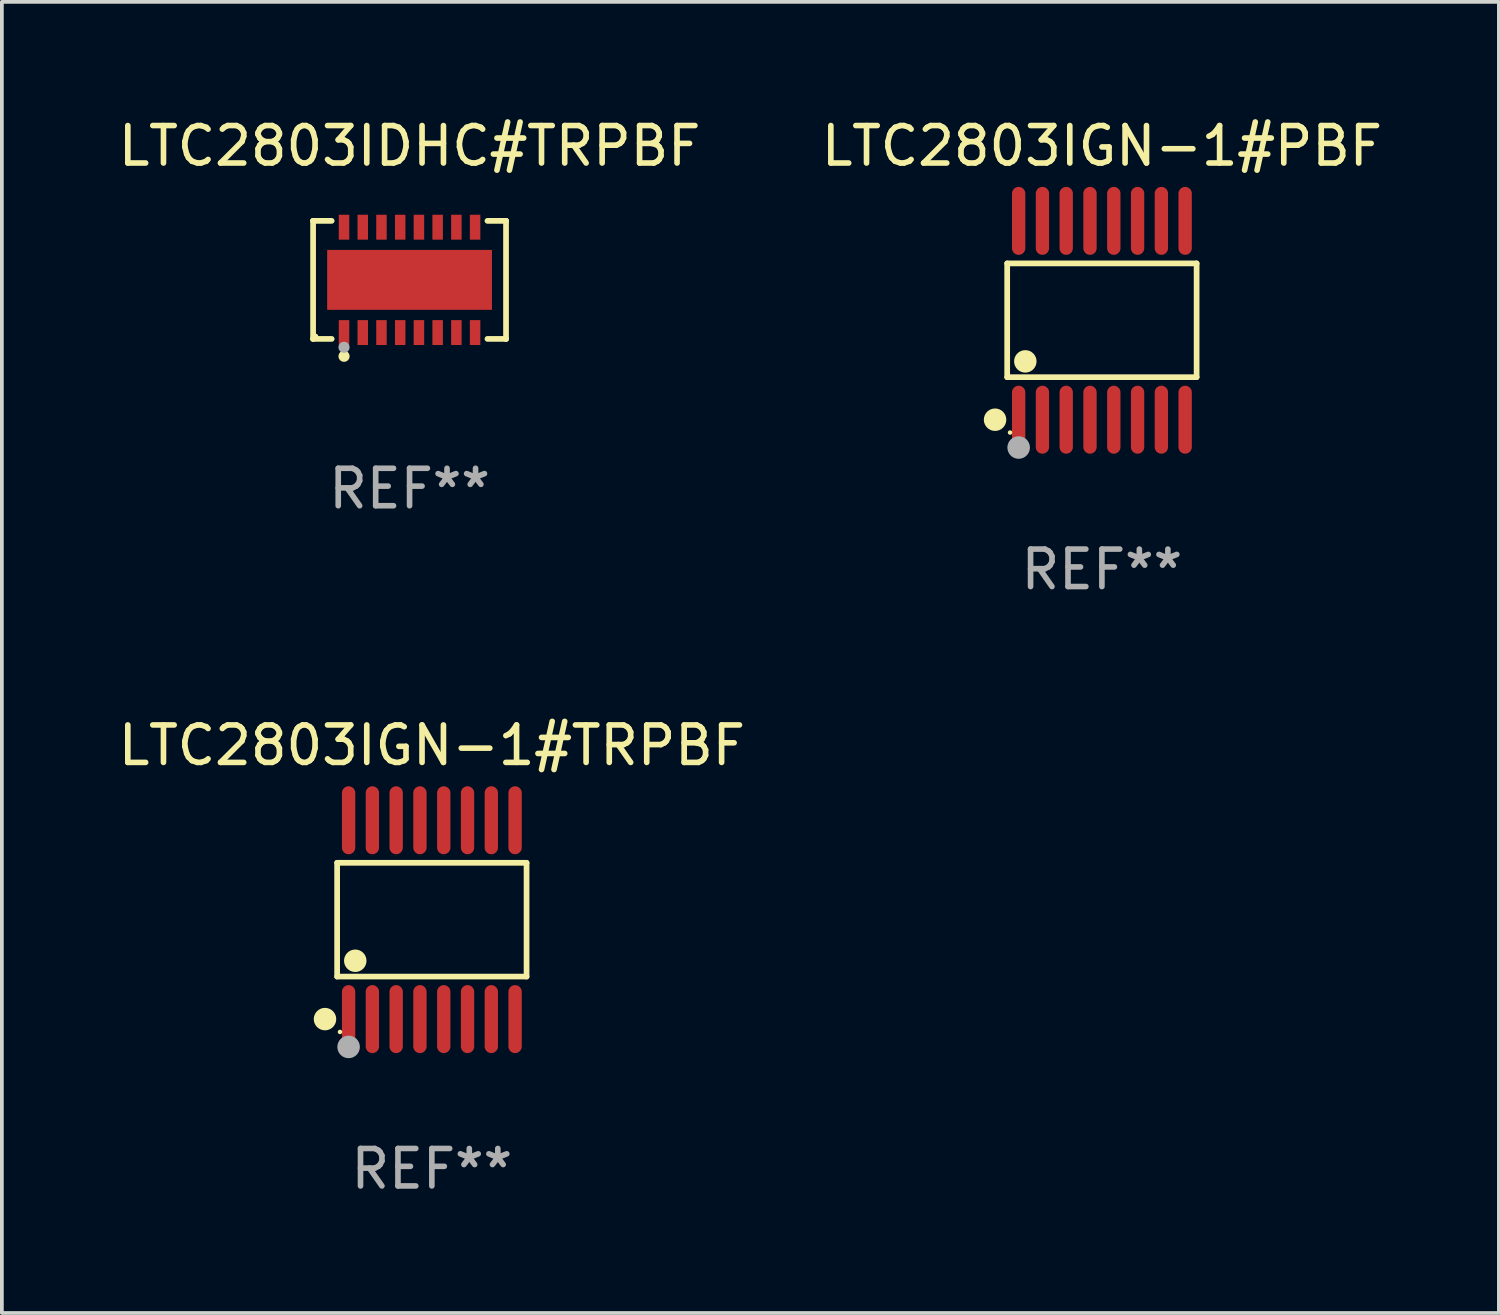
<source format=kicad_pcb>
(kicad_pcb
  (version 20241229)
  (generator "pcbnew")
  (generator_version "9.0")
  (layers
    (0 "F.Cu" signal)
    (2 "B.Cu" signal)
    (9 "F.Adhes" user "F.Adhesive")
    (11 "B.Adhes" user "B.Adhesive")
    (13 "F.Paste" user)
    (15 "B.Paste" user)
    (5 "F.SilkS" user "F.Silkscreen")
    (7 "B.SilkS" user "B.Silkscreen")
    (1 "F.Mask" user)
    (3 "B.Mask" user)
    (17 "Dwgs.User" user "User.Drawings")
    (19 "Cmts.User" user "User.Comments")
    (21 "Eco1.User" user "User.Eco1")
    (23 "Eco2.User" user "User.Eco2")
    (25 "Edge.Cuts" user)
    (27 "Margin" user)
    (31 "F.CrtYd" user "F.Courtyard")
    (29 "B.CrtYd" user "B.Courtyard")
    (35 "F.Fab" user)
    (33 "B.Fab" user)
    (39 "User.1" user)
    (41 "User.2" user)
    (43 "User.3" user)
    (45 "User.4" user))
  (footprint "LTC2803IGN-1#TRPBF"
    (layer "F.Cu")
    (at 8.482 21.509)
    (property "Reference" "LTC2803IGN-1#TRPBF" (at 0 -4.655 0) (layer "F.SilkS") (effects (font (size 1 1) (thickness 0.15))))
    (attr through_hole)
    (fp_line (start -2.529 -1.519) (end 2.529 -1.519) (stroke (width 0.152) (type solid)) (layer "F.SilkS"))
    (fp_line (start -2.529 1.519) (end -2.529 -1.519) (stroke (width 0.152) (type solid)) (layer "F.SilkS"))
    (fp_line (start 2.529 -1.519) (end 2.529 1.519) (stroke (width 0.152) (type solid)) (layer "F.SilkS"))
    (fp_line (start 2.529 1.519) (end -2.529 1.519) (stroke (width 0.152) (type solid)) (layer "F.SilkS"))
    (fp_circle (center -2.853 2.655) (end -2.703 2.655) (stroke (width 0.3) (type solid)) (fill no) (layer "F.SilkS"))
    (fp_circle (center -2.453 2.998) (end -2.423 2.998) (stroke (width 0.06) (type solid)) (fill no) (layer "F.SilkS"))
    (fp_circle (center -2.045 1.097) (end -1.895 1.097) (stroke (width 0.3) (type solid)) (fill no) (layer "F.SilkS"))
    (fp_circle (center -2.223 3.398) (end -2.072 3.398) (stroke (width 0.3) (type solid)) (fill no) (layer "F.Fab"))
    (fp_text user "REF**" (at 0 6.655 0) (layer "F.Fab") (effects (font (size 1 1) (thickness 0.15))))
    (pad "1" smd oval (at -2.223 2.655) (size 0.356 1.815) (layers "F.Cu" "F.Mask" "F.Paste"))
    (pad "2" smd oval (at -1.588 2.655) (size 0.356 1.815) (layers "F.Cu" "F.Mask" "F.Paste"))
    (pad "3" smd oval (at -0.953 2.655) (size 0.356 1.815) (layers "F.Cu" "F.Mask" "F.Paste"))
    (pad "4" smd oval (at -0.318 2.655) (size 0.356 1.815) (layers "F.Cu" "F.Mask" "F.Paste"))
    (pad "5" smd oval (at 0.318 2.655) (size 0.356 1.815) (layers "F.Cu" "F.Mask" "F.Paste"))
    (pad "6" smd oval (at 0.953 2.655) (size 0.356 1.815) (layers "F.Cu" "F.Mask" "F.Paste"))
    (pad "7" smd oval (at 1.588 2.655) (size 0.356 1.815) (layers "F.Cu" "F.Mask" "F.Paste"))
    (pad "8" smd oval (at 2.223 2.655) (size 0.356 1.815) (layers "F.Cu" "F.Mask" "F.Paste"))
    (pad "9" smd oval (at 2.223 -2.655) (size 0.356 1.815) (layers "F.Cu" "F.Mask" "F.Paste"))
    (pad "10" smd oval (at 1.588 -2.655) (size 0.356 1.815) (layers "F.Cu" "F.Mask" "F.Paste"))
    (pad "11" smd oval (at 0.953 -2.655) (size 0.356 1.815) (layers "F.Cu" "F.Mask" "F.Paste"))
    (pad "12" smd oval (at 0.318 -2.655) (size 0.356 1.815) (layers "F.Cu" "F.Mask" "F.Paste"))
    (pad "13" smd oval (at -0.318 -2.655) (size 0.356 1.815) (layers "F.Cu" "F.Mask" "F.Paste"))
    (pad "14" smd oval (at -0.953 -2.655) (size 0.356 1.815) (layers "F.Cu" "F.Mask" "F.Paste"))
    (pad "15" smd oval (at -1.588 -2.655) (size 0.356 1.815) (layers "F.Cu" "F.Mask" "F.Paste"))
    (pad "16" smd oval (at -2.223 -2.655) (size 0.356 1.815) (layers "F.Cu" "F.Mask" "F.Paste")))
  (footprint "LTC2803IDHC#TRPBF"
    (layer "F.Cu")
    (at 7.887 4.424)
    (property "Reference" "LTC2803IDHC#TRPBF" (at 0 -3.576 0) (layer "F.SilkS") (effects (font (size 1 1) (thickness 0.15))))
    (attr through_hole)
    (fp_line (start -2.576 -1.576) (end -2.576 -1.576) (stroke (width 0.152) (type solid)) (layer "F.SilkS"))
    (fp_line (start -2.576 -1.576) (end -2.08 -1.576) (stroke (width 0.152) (type solid)) (layer "F.SilkS"))
    (fp_line (start -2.576 1.576) (end -2.576 -1.576) (stroke (width 0.152) (type solid)) (layer "F.SilkS"))
    (fp_line (start -2.576 1.576) (end -2.576 1.576) (stroke (width 0.152) (type solid)) (layer "F.SilkS"))
    (fp_line (start -2.08 1.576) (end -2.576 1.576) (stroke (width 0.152) (type solid)) (layer "F.SilkS"))
    (fp_line (start 2.08 1.576) (end 2.576 1.576) (stroke (width 0.152) (type solid)) (layer "F.SilkS"))
    (fp_line (start 2.576 -1.576) (end 2.08 -1.576) (stroke (width 0.152) (type solid)) (layer "F.SilkS"))
    (fp_line (start 2.576 -1.576) (end 2.576 -1.576) (stroke (width 0.152) (type solid)) (layer "F.SilkS"))
    (fp_line (start 2.576 1.576) (end 2.576 -1.576) (stroke (width 0.152) (type solid)) (layer "F.SilkS"))
    (fp_line (start 2.576 1.576) (end 2.576 1.576) (stroke (width 0.152) (type solid)) (layer "F.SilkS"))
    (fp_circle (center -2.5 1.5) (end -2.47 1.5) (stroke (width 0.06) (type solid)) (fill no) (layer "F.SilkS"))
    (fp_circle (center -1.75 2.04) (end -1.675 2.04) (stroke (width 0.15) (type solid)) (fill no) (layer "F.SilkS"))
    (fp_circle (center -1.75 1.8) (end -1.675 1.8) (stroke (width 0.15) (type solid)) (fill no) (layer "F.Fab"))
    (fp_text user "REF**" (at 0 5.576 0) (layer "F.Fab") (effects (font (size 1 1) (thickness 0.15))))
    (pad "1" smd rect (at -1.75 1.407) (size 0.28 0.665) (layers "F.Cu" "F.Mask" "F.Paste"))
    (pad "2" smd rect (at -1.25 1.407) (size 0.28 0.665) (layers "F.Cu" "F.Mask" "F.Paste"))
    (pad "3" smd rect (at -0.75 1.407) (size 0.28 0.665) (layers "F.Cu" "F.Mask" "F.Paste"))
    (pad "4" smd rect (at -0.25 1.407) (size 0.28 0.665) (layers "F.Cu" "F.Mask" "F.Paste"))
    (pad "5" smd rect (at 0.25 1.407) (size 0.28 0.665) (layers "F.Cu" "F.Mask" "F.Paste"))
    (pad "6" smd rect (at 0.75 1.407) (size 0.28 0.665) (layers "F.Cu" "F.Mask" "F.Paste"))
    (pad "7" smd rect (at 1.25 1.407) (size 0.28 0.665) (layers "F.Cu" "F.Mask" "F.Paste"))
    (pad "8" smd rect (at 1.75 1.407) (size 0.28 0.665) (layers "F.Cu" "F.Mask" "F.Paste"))
    (pad "9" smd rect (at 1.75 -1.407) (size 0.28 0.665) (layers "F.Cu" "F.Mask" "F.Paste"))
    (pad "10" smd rect (at 1.25 -1.407) (size 0.28 0.665) (layers "F.Cu" "F.Mask" "F.Paste"))
    (pad "11" smd rect (at 0.75 -1.407) (size 0.28 0.665) (layers "F.Cu" "F.Mask" "F.Paste"))
    (pad "12" smd rect (at 0.25 -1.407) (size 0.28 0.665) (layers "F.Cu" "F.Mask" "F.Paste"))
    (pad "13" smd rect (at -0.25 -1.407) (size 0.28 0.665) (layers "F.Cu" "F.Mask" "F.Paste"))
    (pad "14" smd rect (at -0.75 -1.407) (size 0.28 0.665) (layers "F.Cu" "F.Mask" "F.Paste"))
    (pad "15" smd rect (at -1.25 -1.407) (size 0.28 0.665) (layers "F.Cu" "F.Mask" "F.Paste"))
    (pad "16" smd rect (at -1.75 -1.407) (size 0.28 0.665) (layers "F.Cu" "F.Mask" "F.Paste"))
    (pad "17" smd rect (at 0 0) (size 4.4 1.6) (layers "F.Cu" "F.Mask" "F.Paste")))
  (footprint "LTC2803IGN-1#PBF"
    (layer "F.Cu")
    (at 26.375 5.503)
    (property "Reference" "LTC2803IGN-1#PBF" (at 0 -4.655 0) (layer "F.SilkS") (effects (font (size 1 1) (thickness 0.15))))
    (attr through_hole)
    (fp_line (start -2.529 -1.519) (end 2.529 -1.519) (stroke (width 0.152) (type solid)) (layer "F.SilkS"))
    (fp_line (start -2.529 1.519) (end -2.529 -1.519) (stroke (width 0.152) (type solid)) (layer "F.SilkS"))
    (fp_line (start 2.529 -1.519) (end 2.529 1.519) (stroke (width 0.152) (type solid)) (layer "F.SilkS"))
    (fp_line (start 2.529 1.519) (end -2.529 1.519) (stroke (width 0.152) (type solid)) (layer "F.SilkS"))
    (fp_circle (center -2.853 2.655) (end -2.703 2.655) (stroke (width 0.3) (type solid)) (fill no) (layer "F.SilkS"))
    (fp_circle (center -2.453 2.998) (end -2.423 2.998) (stroke (width 0.06) (type solid)) (fill no) (layer "F.SilkS"))
    (fp_circle (center -2.045 1.097) (end -1.895 1.097) (stroke (width 0.3) (type solid)) (fill no) (layer "F.SilkS"))
    (fp_circle (center -2.223 3.398) (end -2.072 3.398) (stroke (width 0.3) (type solid)) (fill no) (layer "F.Fab"))
    (fp_text user "REF**" (at 0 6.655 0) (layer "F.Fab") (effects (font (size 1 1) (thickness 0.15))))
    (pad "1" smd oval (at -2.223 2.655) (size 0.356 1.815) (layers "F.Cu" "F.Mask" "F.Paste"))
    (pad "2" smd oval (at -1.588 2.655) (size 0.356 1.815) (layers "F.Cu" "F.Mask" "F.Paste"))
    (pad "3" smd oval (at -0.953 2.655) (size 0.356 1.815) (layers "F.Cu" "F.Mask" "F.Paste"))
    (pad "4" smd oval (at -0.318 2.655) (size 0.356 1.815) (layers "F.Cu" "F.Mask" "F.Paste"))
    (pad "5" smd oval (at 0.318 2.655) (size 0.356 1.815) (layers "F.Cu" "F.Mask" "F.Paste"))
    (pad "6" smd oval (at 0.953 2.655) (size 0.356 1.815) (layers "F.Cu" "F.Mask" "F.Paste"))
    (pad "7" smd oval (at 1.588 2.655) (size 0.356 1.815) (layers "F.Cu" "F.Mask" "F.Paste"))
    (pad "8" smd oval (at 2.223 2.655) (size 0.356 1.815) (layers "F.Cu" "F.Mask" "F.Paste"))
    (pad "9" smd oval (at 2.223 -2.655) (size 0.356 1.815) (layers "F.Cu" "F.Mask" "F.Paste"))
    (pad "10" smd oval (at 1.588 -2.655) (size 0.356 1.815) (layers "F.Cu" "F.Mask" "F.Paste"))
    (pad "11" smd oval (at 0.953 -2.655) (size 0.356 1.815) (layers "F.Cu" "F.Mask" "F.Paste"))
    (pad "12" smd oval (at 0.318 -2.655) (size 0.356 1.815) (layers "F.Cu" "F.Mask" "F.Paste"))
    (pad "13" smd oval (at -0.318 -2.655) (size 0.356 1.815) (layers "F.Cu" "F.Mask" "F.Paste"))
    (pad "14" smd oval (at -0.953 -2.655) (size 0.356 1.815) (layers "F.Cu" "F.Mask" "F.Paste"))
    (pad "15" smd oval (at -1.588 -2.655) (size 0.356 1.815) (layers "F.Cu" "F.Mask" "F.Paste"))
    (pad "16" smd oval (at -2.223 -2.655) (size 0.356 1.815) (layers "F.Cu" "F.Mask" "F.Paste")))
  (gr_rect
    (start -3 -3)
    (end 36.976 32.012)
    (stroke (width 0.1) (type default))
    (fill no)
    (layer "Edge.Cuts")))
</source>
